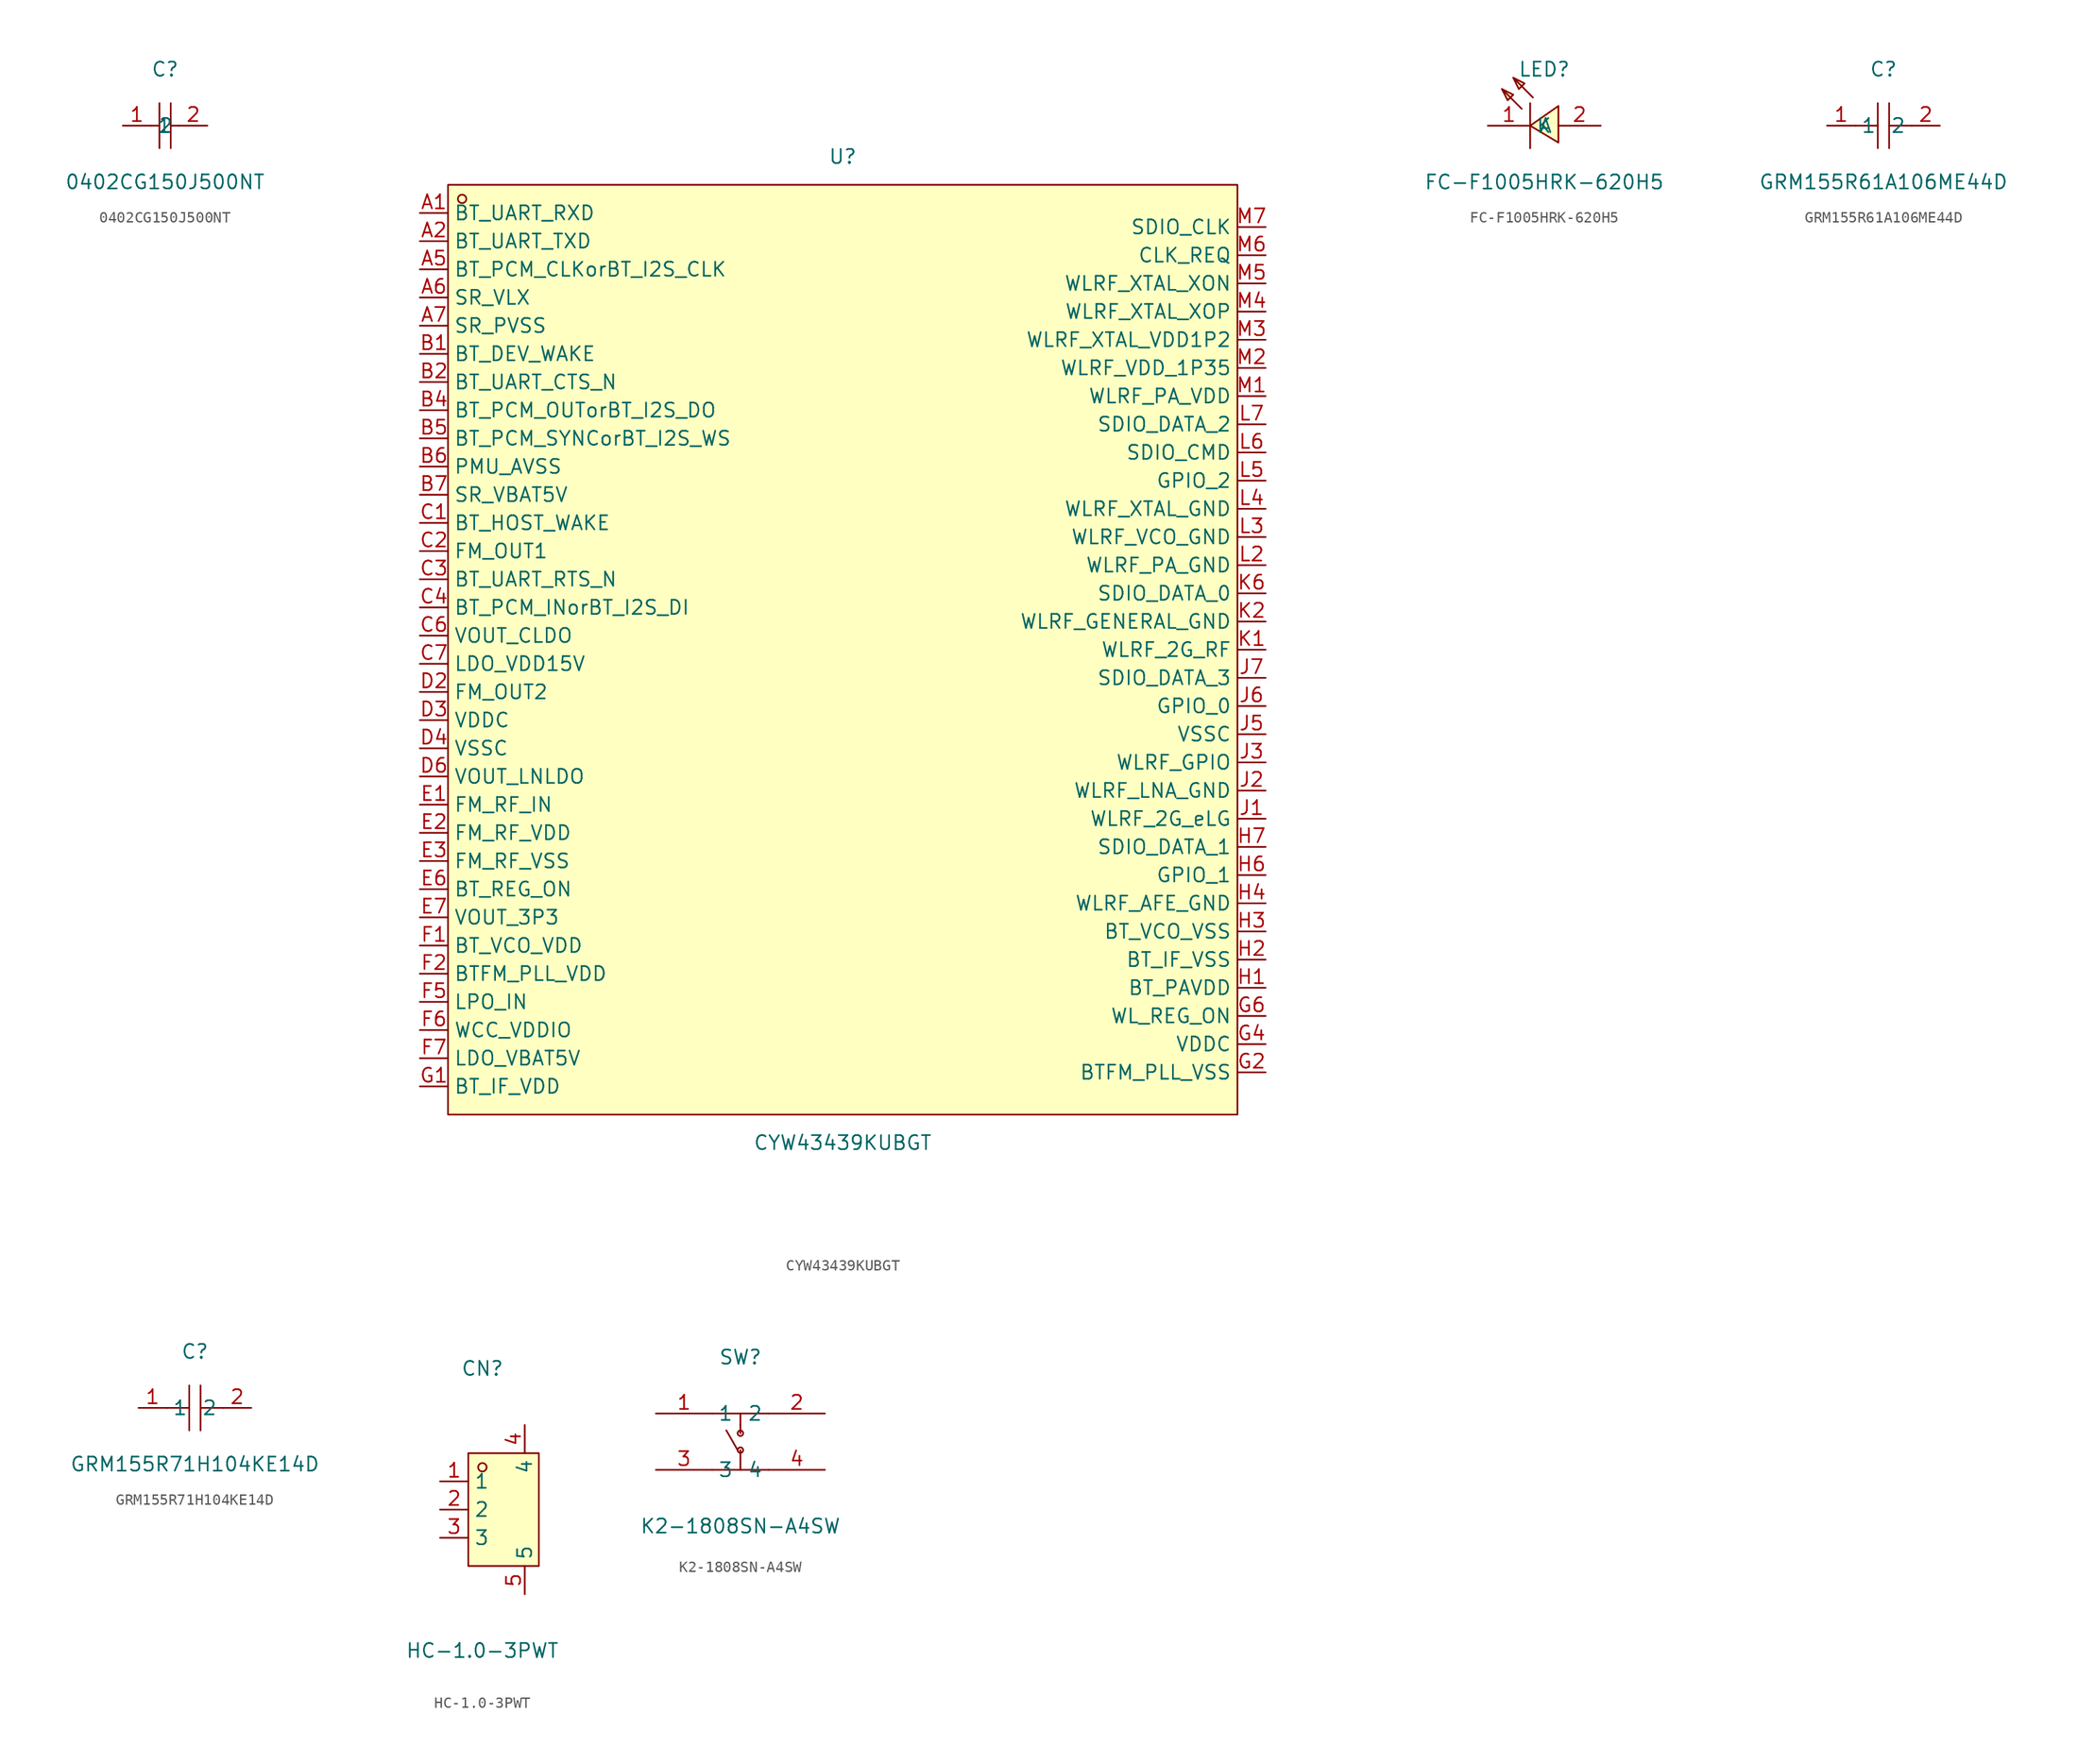
<source format=kicad_sym>
(kicad_symbol_lib
  (version 20211014)
  (generator https://github.com/uPesy/easyeda2kicad.py)
  (symbol "0402CG150J500NT"
    (property "Reference" "C"
      (at 0 5.08 0)
      (effects (font (size 1.27 1.27))))
    (property "Value" "0402CG150J500NT"
      (at 0 -5.08 0)
      (effects (font (size 1.27 1.27))))
    (symbol "0402CG150J500NT_0_1"
      (polyline (pts (xy -0.51 2.03) (xy -0.51 -2.03)) (stroke (width 0) (type default) (color 0 0 0 0)) (fill (type none)))
      (polyline (pts (xy 0.51 2.03) (xy 0.51 -2.03)) (stroke (width 0) (type default) (color 0 0 0 0)) (fill (type none)))
      (polyline (pts (xy -1.27 -0.00) (xy -0.51 -0.00)) (stroke (width 0) (type default) (color 0 0 0 0)) (fill (type none)))
      (polyline (pts (xy 0.51 -0.00) (xy 1.27 -0.00)) (stroke (width 0) (type default) (color 0 0 0 0)) (fill (type none)))
      (pin input line (at -3.81 -0.00 0) (length 2.54) (name "1" (effects (font (size 1.27 1.27)))) (number "1" (effects (font (size 1.27 1.27)))))
      (pin input line (at 3.81 -0.00 180) (length 2.54) (name "2" (effects (font (size 1.27 1.27)))) (number "2" (effects (font (size 1.27 1.27)))))))
  (symbol "CYW43439KUBGT"
    (property "Reference" "U"
      (at 0 44.45 0)
      (effects (font (size 1.27 1.27))))
    (property "Value" "CYW43439KUBGT"
      (at 0 -44.45 0)
      (effects (font (size 1.27 1.27))))
    (symbol "CYW43439KUBGT_0_1"
      (rectangle (start -35.56 41.91) (end 35.56 -41.91) (stroke (width 0) (type default) (color 0 0 0 0)) (fill (type background)))
      (circle (center -34.29 40.64) (radius 0.38) (stroke (width 0) (type default) (color 0 0 0 0)) (fill (type none)))
      (pin unspecified line (at -38.10 39.37 0) (length 2.54) (name "BT_UART_RXD" (effects (font (size 1.27 1.27)))) (number "A1" (effects (font (size 1.27 1.27)))))
      (pin unspecified line (at -38.10 36.83 0) (length 2.54) (name "BT_UART_TXD" (effects (font (size 1.27 1.27)))) (number "A2" (effects (font (size 1.27 1.27)))))
      (pin unspecified line (at -38.10 34.29 0) (length 2.54) (name "BT_PCM_CLKorBT_I2S_CLK" (effects (font (size 1.27 1.27)))) (number "A5" (effects (font (size 1.27 1.27)))))
      (pin unspecified line (at -38.10 31.75 0) (length 2.54) (name "SR_VLX" (effects (font (size 1.27 1.27)))) (number "A6" (effects (font (size 1.27 1.27)))))
      (pin unspecified line (at -38.10 29.21 0) (length 2.54) (name "SR_PVSS" (effects (font (size 1.27 1.27)))) (number "A7" (effects (font (size 1.27 1.27)))))
      (pin unspecified line (at -38.10 26.67 0) (length 2.54) (name "BT_DEV_WAKE" (effects (font (size 1.27 1.27)))) (number "B1" (effects (font (size 1.27 1.27)))))
      (pin unspecified line (at -38.10 24.13 0) (length 2.54) (name "BT_UART_CTS_N" (effects (font (size 1.27 1.27)))) (number "B2" (effects (font (size 1.27 1.27)))))
      (pin unspecified line (at -38.10 21.59 0) (length 2.54) (name "BT_PCM_OUTorBT_I2S_DO" (effects (font (size 1.27 1.27)))) (number "B4" (effects (font (size 1.27 1.27)))))
      (pin unspecified line (at -38.10 19.05 0) (length 2.54) (name "BT_PCM_SYNCorBT_I2S_WS" (effects (font (size 1.27 1.27)))) (number "B5" (effects (font (size 1.27 1.27)))))
      (pin unspecified line (at -38.10 16.51 0) (length 2.54) (name "PMU_AVSS" (effects (font (size 1.27 1.27)))) (number "B6" (effects (font (size 1.27 1.27)))))
      (pin unspecified line (at -38.10 13.97 0) (length 2.54) (name "SR_VBAT5V" (effects (font (size 1.27 1.27)))) (number "B7" (effects (font (size 1.27 1.27)))))
      (pin unspecified line (at -38.10 11.43 0) (length 2.54) (name "BT_HOST_WAKE" (effects (font (size 1.27 1.27)))) (number "C1" (effects (font (size 1.27 1.27)))))
      (pin unspecified line (at -38.10 8.89 0) (length 2.54) (name "FM_OUT1" (effects (font (size 1.27 1.27)))) (number "C2" (effects (font (size 1.27 1.27)))))
      (pin unspecified line (at -38.10 6.35 0) (length 2.54) (name "BT_UART_RTS_N" (effects (font (size 1.27 1.27)))) (number "C3" (effects (font (size 1.27 1.27)))))
      (pin unspecified line (at -38.10 3.81 0) (length 2.54) (name "BT_PCM_INorBT_I2S_DI" (effects (font (size 1.27 1.27)))) (number "C4" (effects (font (size 1.27 1.27)))))
      (pin unspecified line (at -38.10 1.27 0) (length 2.54) (name "VOUT_CLDO" (effects (font (size 1.27 1.27)))) (number "C6" (effects (font (size 1.27 1.27)))))
      (pin unspecified line (at -38.10 -1.27 0) (length 2.54) (name "LDO_VDD15V" (effects (font (size 1.27 1.27)))) (number "C7" (effects (font (size 1.27 1.27)))))
      (pin unspecified line (at -38.10 -3.81 0) (length 2.54) (name "FM_OUT2" (effects (font (size 1.27 1.27)))) (number "D2" (effects (font (size 1.27 1.27)))))
      (pin unspecified line (at -38.10 -6.35 0) (length 2.54) (name "VDDC" (effects (font (size 1.27 1.27)))) (number "D3" (effects (font (size 1.27 1.27)))))
      (pin unspecified line (at -38.10 -8.89 0) (length 2.54) (name "VSSC" (effects (font (size 1.27 1.27)))) (number "D4" (effects (font (size 1.27 1.27)))))
      (pin unspecified line (at -38.10 -11.43 0) (length 2.54) (name "VOUT_LNLDO" (effects (font (size 1.27 1.27)))) (number "D6" (effects (font (size 1.27 1.27)))))
      (pin unspecified line (at -38.10 -13.97 0) (length 2.54) (name "FM_RF_IN" (effects (font (size 1.27 1.27)))) (number "E1" (effects (font (size 1.27 1.27)))))
      (pin unspecified line (at -38.10 -16.51 0) (length 2.54) (name "FM_RF_VDD" (effects (font (size 1.27 1.27)))) (number "E2" (effects (font (size 1.27 1.27)))))
      (pin unspecified line (at -38.10 -19.05 0) (length 2.54) (name "FM_RF_VSS" (effects (font (size 1.27 1.27)))) (number "E3" (effects (font (size 1.27 1.27)))))
      (pin unspecified line (at -38.10 -21.59 0) (length 2.54) (name "BT_REG_ON" (effects (font (size 1.27 1.27)))) (number "E6" (effects (font (size 1.27 1.27)))))
      (pin unspecified line (at -38.10 -24.13 0) (length 2.54) (name "VOUT_3P3" (effects (font (size 1.27 1.27)))) (number "E7" (effects (font (size 1.27 1.27)))))
      (pin unspecified line (at -38.10 -26.67 0) (length 2.54) (name "BT_VCO_VDD" (effects (font (size 1.27 1.27)))) (number "F1" (effects (font (size 1.27 1.27)))))
      (pin unspecified line (at -38.10 -29.21 0) (length 2.54) (name "BTFM_PLL_VDD" (effects (font (size 1.27 1.27)))) (number "F2" (effects (font (size 1.27 1.27)))))
      (pin unspecified line (at -38.10 -31.75 0) (length 2.54) (name "LPO_IN" (effects (font (size 1.27 1.27)))) (number "F5" (effects (font (size 1.27 1.27)))))
      (pin unspecified line (at -38.10 -34.29 0) (length 2.54) (name "WCC_VDDIO" (effects (font (size 1.27 1.27)))) (number "F6" (effects (font (size 1.27 1.27)))))
      (pin unspecified line (at -38.10 -36.83 0) (length 2.54) (name "LDO_VBAT5V" (effects (font (size 1.27 1.27)))) (number "F7" (effects (font (size 1.27 1.27)))))
      (pin unspecified line (at -38.10 -39.37 0) (length 2.54) (name "BT_IF_VDD" (effects (font (size 1.27 1.27)))) (number "G1" (effects (font (size 1.27 1.27)))))
      (pin unspecified line (at 38.10 -38.10 180) (length 2.54) (name "BTFM_PLL_VSS" (effects (font (size 1.27 1.27)))) (number "G2" (effects (font (size 1.27 1.27)))))
      (pin unspecified line (at 38.10 -35.56 180) (length 2.54) (name "VDDC" (effects (font (size 1.27 1.27)))) (number "G4" (effects (font (size 1.27 1.27)))))
      (pin unspecified line (at 38.10 -33.02 180) (length 2.54) (name "WL_REG_ON" (effects (font (size 1.27 1.27)))) (number "G6" (effects (font (size 1.27 1.27)))))
      (pin unspecified line (at 38.10 -30.48 180) (length 2.54) (name "BT_PAVDD" (effects (font (size 1.27 1.27)))) (number "H1" (effects (font (size 1.27 1.27)))))
      (pin unspecified line (at 38.10 -27.94 180) (length 2.54) (name "BT_IF_VSS" (effects (font (size 1.27 1.27)))) (number "H2" (effects (font (size 1.27 1.27)))))
      (pin unspecified line (at 38.10 -25.40 180) (length 2.54) (name "BT_VCO_VSS" (effects (font (size 1.27 1.27)))) (number "H3" (effects (font (size 1.27 1.27)))))
      (pin unspecified line (at 38.10 -22.86 180) (length 2.54) (name "WLRF_AFE_GND" (effects (font (size 1.27 1.27)))) (number "H4" (effects (font (size 1.27 1.27)))))
      (pin unspecified line (at 38.10 -20.32 180) (length 2.54) (name "GPIO_1" (effects (font (size 1.27 1.27)))) (number "H6" (effects (font (size 1.27 1.27)))))
      (pin unspecified line (at 38.10 -17.78 180) (length 2.54) (name "SDIO_DATA_1" (effects (font (size 1.27 1.27)))) (number "H7" (effects (font (size 1.27 1.27)))))
      (pin unspecified line (at 38.10 -15.24 180) (length 2.54) (name "WLRF_2G_eLG" (effects (font (size 1.27 1.27)))) (number "J1" (effects (font (size 1.27 1.27)))))
      (pin unspecified line (at 38.10 -12.70 180) (length 2.54) (name "WLRF_LNA_GND" (effects (font (size 1.27 1.27)))) (number "J2" (effects (font (size 1.27 1.27)))))
      (pin unspecified line (at 38.10 -10.16 180) (length 2.54) (name "WLRF_GPIO" (effects (font (size 1.27 1.27)))) (number "J3" (effects (font (size 1.27 1.27)))))
      (pin unspecified line (at 38.10 -7.62 180) (length 2.54) (name "VSSC" (effects (font (size 1.27 1.27)))) (number "J5" (effects (font (size 1.27 1.27)))))
      (pin unspecified line (at 38.10 -5.08 180) (length 2.54) (name "GPIO_0" (effects (font (size 1.27 1.27)))) (number "J6" (effects (font (size 1.27 1.27)))))
      (pin unspecified line (at 38.10 -2.54 180) (length 2.54) (name "SDIO_DATA_3" (effects (font (size 1.27 1.27)))) (number "J7" (effects (font (size 1.27 1.27)))))
      (pin unspecified line (at 38.10 -0.00 180) (length 2.54) (name "WLRF_2G_RF" (effects (font (size 1.27 1.27)))) (number "K1" (effects (font (size 1.27 1.27)))))
      (pin unspecified line (at 38.10 2.54 180) (length 2.54) (name "WLRF_GENERAL_GND" (effects (font (size 1.27 1.27)))) (number "K2" (effects (font (size 1.27 1.27)))))
      (pin unspecified line (at 38.10 5.08 180) (length 2.54) (name "SDIO_DATA_0" (effects (font (size 1.27 1.27)))) (number "K6" (effects (font (size 1.27 1.27)))))
      (pin unspecified line (at 38.10 7.62 180) (length 2.54) (name "WLRF_PA_GND" (effects (font (size 1.27 1.27)))) (number "L2" (effects (font (size 1.27 1.27)))))
      (pin unspecified line (at 38.10 10.16 180) (length 2.54) (name "WLRF_VCO_GND" (effects (font (size 1.27 1.27)))) (number "L3" (effects (font (size 1.27 1.27)))))
      (pin unspecified line (at 38.10 12.70 180) (length 2.54) (name "WLRF_XTAL_GND" (effects (font (size 1.27 1.27)))) (number "L4" (effects (font (size 1.27 1.27)))))
      (pin unspecified line (at 38.10 15.24 180) (length 2.54) (name "GPIO_2" (effects (font (size 1.27 1.27)))) (number "L5" (effects (font (size 1.27 1.27)))))
      (pin unspecified line (at 38.10 17.78 180) (length 2.54) (name "SDIO_CMD" (effects (font (size 1.27 1.27)))) (number "L6" (effects (font (size 1.27 1.27)))))
      (pin unspecified line (at 38.10 20.32 180) (length 2.54) (name "SDIO_DATA_2" (effects (font (size 1.27 1.27)))) (number "L7" (effects (font (size 1.27 1.27)))))
      (pin unspecified line (at 38.10 22.86 180) (length 2.54) (name "WLRF_PA_VDD" (effects (font (size 1.27 1.27)))) (number "M1" (effects (font (size 1.27 1.27)))))
      (pin unspecified line (at 38.10 25.40 180) (length 2.54) (name "WLRF_VDD_1P35" (effects (font (size 1.27 1.27)))) (number "M2" (effects (font (size 1.27 1.27)))))
      (pin unspecified line (at 38.10 27.94 180) (length 2.54) (name "WLRF_XTAL_VDD1P2" (effects (font (size 1.27 1.27)))) (number "M3" (effects (font (size 1.27 1.27)))))
      (pin unspecified line (at 38.10 30.48 180) (length 2.54) (name "WLRF_XTAL_XOP" (effects (font (size 1.27 1.27)))) (number "M4" (effects (font (size 1.27 1.27)))))
      (pin unspecified line (at 38.10 33.02 180) (length 2.54) (name "WLRF_XTAL_XON" (effects (font (size 1.27 1.27)))) (number "M5" (effects (font (size 1.27 1.27)))))
      (pin unspecified line (at 38.10 35.56 180) (length 2.54) (name "CLK_REQ" (effects (font (size 1.27 1.27)))) (number "M6" (effects (font (size 1.27 1.27)))))
      (pin unspecified line (at 38.10 38.10 180) (length 2.54) (name "SDIO_CLK" (effects (font (size 1.27 1.27)))) (number "M7" (effects (font (size 1.27 1.27)))))))
  (symbol "FC-F1005HRK-620H5"
    (property "Reference" "LED"
      (at 0 5.08 0)
      (effects (font (size 1.27 1.27))))
    (property "Value" "FC-F1005HRK-620H5"
      (at 0 -5.08 0)
      (effects (font (size 1.27 1.27))))
    (symbol "FC-F1005HRK-620H5_0_1"
      (polyline (pts (xy -3.81 3.30) (xy -2.79 2.79) (xy -3.30 2.29) (xy -3.81 3.30)) (stroke (width 0) (type default) (color 0 0 0 0)) (fill (type background)))
      (polyline (pts (xy -2.79 4.32) (xy -1.78 3.81) (xy -2.29 3.30) (xy -2.79 4.32)) (stroke (width 0) (type default) (color 0 0 0 0)) (fill (type background)))
      (polyline (pts (xy 1.27 -1.52) (xy -1.27 -0.00) (xy 1.27 1.78) (xy 1.27 -1.52)) (stroke (width 0) (type default) (color 0 0 0 0)) (fill (type background)))
      (polyline (pts (xy -2.03 1.52) (xy -3.81 3.30)) (stroke (width 0) (type default) (color 0 0 0 0)) (fill (type none)))
      (polyline (pts (xy -1.02 2.54) (xy -2.79 4.32)) (stroke (width 0) (type default) (color 0 0 0 0)) (fill (type none)))
      (polyline (pts (xy -1.27 2.03) (xy -1.27 -2.03)) (stroke (width 0) (type default) (color 0 0 0 0)) (fill (type none)))
      (pin unspecified line (at -5.08 -0.00 0) (length 3.81) (name "K" (effects (font (size 1.27 1.27)))) (number "1" (effects (font (size 1.27 1.27)))))
      (pin unspecified line (at 5.08 -0.00 180) (length 3.81) (name "A" (effects (font (size 1.27 1.27)))) (number "2" (effects (font (size 1.27 1.27)))))))
  (symbol "GRM155R61A106ME44D"
    (property "Reference" "C"
      (at 0 5.08 0)
      (effects (font (size 1.27 1.27))))
    (property "Value" "GRM155R61A106ME44D"
      (at 0 -5.08 0)
      (effects (font (size 1.27 1.27))))
    (symbol "GRM155R61A106ME44D_0_1"
      (polyline (pts (xy -0.51 -2.03) (xy -0.51 2.03)) (stroke (width 0) (type default) (color 0 0 0 0)) (fill (type none)))
      (polyline (pts (xy 2.54 -0.00) (xy 0.51 -0.00)) (stroke (width 0) (type default) (color 0 0 0 0)) (fill (type none)))
      (polyline (pts (xy 0.51 2.03) (xy 0.51 -2.03)) (stroke (width 0) (type default) (color 0 0 0 0)) (fill (type none)))
      (polyline (pts (xy -0.51 -0.00) (xy -2.54 -0.00)) (stroke (width 0) (type default) (color 0 0 0 0)) (fill (type none)))
      (pin unspecified line (at -5.08 -0.00 0) (length 2.54) (name "1" (effects (font (size 1.27 1.27)))) (number "1" (effects (font (size 1.27 1.27)))))
      (pin unspecified line (at 5.08 -0.00 180) (length 2.54) (name "2" (effects (font (size 1.27 1.27)))) (number "2" (effects (font (size 1.27 1.27)))))))
  (symbol "GRM155R71H104KE14D"
    (property "Reference" "C"
      (at 0 5.08 0)
      (effects (font (size 1.27 1.27))))
    (property "Value" "GRM155R71H104KE14D"
      (at 0 -5.08 0)
      (effects (font (size 1.27 1.27))))
    (symbol "GRM155R71H104KE14D_0_1"
      (polyline (pts (xy -0.51 -2.03) (xy -0.51 2.03)) (stroke (width 0) (type default) (color 0 0 0 0)) (fill (type none)))
      (polyline (pts (xy 2.54 -0.00) (xy 0.51 -0.00)) (stroke (width 0) (type default) (color 0 0 0 0)) (fill (type none)))
      (polyline (pts (xy 0.51 2.03) (xy 0.51 -2.03)) (stroke (width 0) (type default) (color 0 0 0 0)) (fill (type none)))
      (polyline (pts (xy -0.51 -0.00) (xy -2.54 -0.00)) (stroke (width 0) (type default) (color 0 0 0 0)) (fill (type none)))
      (pin unspecified line (at -5.08 -0.00 0) (length 2.54) (name "1" (effects (font (size 1.27 1.27)))) (number "1" (effects (font (size 1.27 1.27)))))
      (pin unspecified line (at 5.08 -0.00 180) (length 2.54) (name "2" (effects (font (size 1.27 1.27)))) (number "2" (effects (font (size 1.27 1.27)))))))
  (symbol "HC-1.0-3PWT"
    (property "Reference" "CN"
      (at 0 12.70 0)
      (effects (font (size 1.27 1.27))))
    (property "Value" "HC-1.0-3PWT"
      (at 0 -12.70 0)
      (effects (font (size 1.27 1.27))))
    (symbol "HC-1.0-3PWT_0_1"
      (rectangle (start -1.27 5.08) (end 5.08 -5.08) (stroke (width 0) (type default) (color 0 0 0 0)) (fill (type background)))
      (circle (center 0.00 3.81) (radius 0.38) (stroke (width 0) (type default) (color 0 0 0 0)) (fill (type none)))
      (pin unspecified line (at -3.81 2.54 0) (length 2.54) (name "1" (effects (font (size 1.27 1.27)))) (number "1" (effects (font (size 1.27 1.27)))))
      (pin unspecified line (at -3.81 -0.00 0) (length 2.54) (name "2" (effects (font (size 1.27 1.27)))) (number "2" (effects (font (size 1.27 1.27)))))
      (pin unspecified line (at -3.81 -2.54 0) (length 2.54) (name "3" (effects (font (size 1.27 1.27)))) (number "3" (effects (font (size 1.27 1.27)))))
      (pin unspecified line (at 3.81 7.62 270) (length 2.54) (name "4" (effects (font (size 1.27 1.27)))) (number "4" (effects (font (size 1.27 1.27)))))
      (pin unspecified line (at 3.81 -7.62 90) (length 2.54) (name "5" (effects (font (size 1.27 1.27)))) (number "5" (effects (font (size 1.27 1.27)))))))
  (symbol "K2-1808SN-A4SW"
    (property "Reference" "SW"
      (at 0 7.62 0)
      (effects (font (size 1.27 1.27))))
    (property "Value" "K2-1808SN-A4SW"
      (at 0 -7.62 0)
      (effects (font (size 1.27 1.27))))
    (symbol "K2-1808SN-A4SW_0_1"
      (circle (center 0.00 -0.76) (radius 0.25) (stroke (width 0) (type default) (color 0 0 0 0)) (fill (type none)))
      (circle (center 0.00 0.76) (radius 0.25) (stroke (width 0) (type default) (color 0 0 0 0)) (fill (type none)))
      (polyline (pts (xy -2.54 2.54) (xy 2.54 2.54)) (stroke (width 0) (type default) (color 0 0 0 0)) (fill (type none)))
      (polyline (pts (xy -2.54 -2.54) (xy 2.54 -2.54)) (stroke (width 0) (type default) (color 0 0 0 0)) (fill (type none)))
      (polyline (pts (xy 0.00 2.54) (xy 0.00 1.52)) (stroke (width 0) (type default) (color 0 0 0 0)) (fill (type none)))
      (polyline (pts (xy 0.00 -2.54) (xy 0.00 -0.76)) (stroke (width 0) (type default) (color 0 0 0 0)) (fill (type none)))
      (polyline (pts (xy 0.00 1.52) (xy 0.00 0.76)) (stroke (width 0) (type default) (color 0 0 0 0)) (fill (type none)))
      (polyline (pts (xy -1.27 1.02) (xy -0.25 -0.76)) (stroke (width 0) (type default) (color 0 0 0 0)) (fill (type none)))
      (pin unspecified line (at -7.62 2.54 0) (length 5.08) (name "1" (effects (font (size 1.27 1.27)))) (number "1" (effects (font (size 1.27 1.27)))))
      (pin unspecified line (at 7.62 2.54 180) (length 5.08) (name "2" (effects (font (size 1.27 1.27)))) (number "2" (effects (font (size 1.27 1.27)))))
      (pin unspecified line (at -7.62 -2.54 0) (length 5.08) (name "3" (effects (font (size 1.27 1.27)))) (number "3" (effects (font (size 1.27 1.27)))))
      (pin unspecified line (at 7.62 -2.54 180) (length 5.08) (name "4" (effects (font (size 1.27 1.27)))) (number "4" (effects (font (size 1.27 1.27))))))))
</source>
